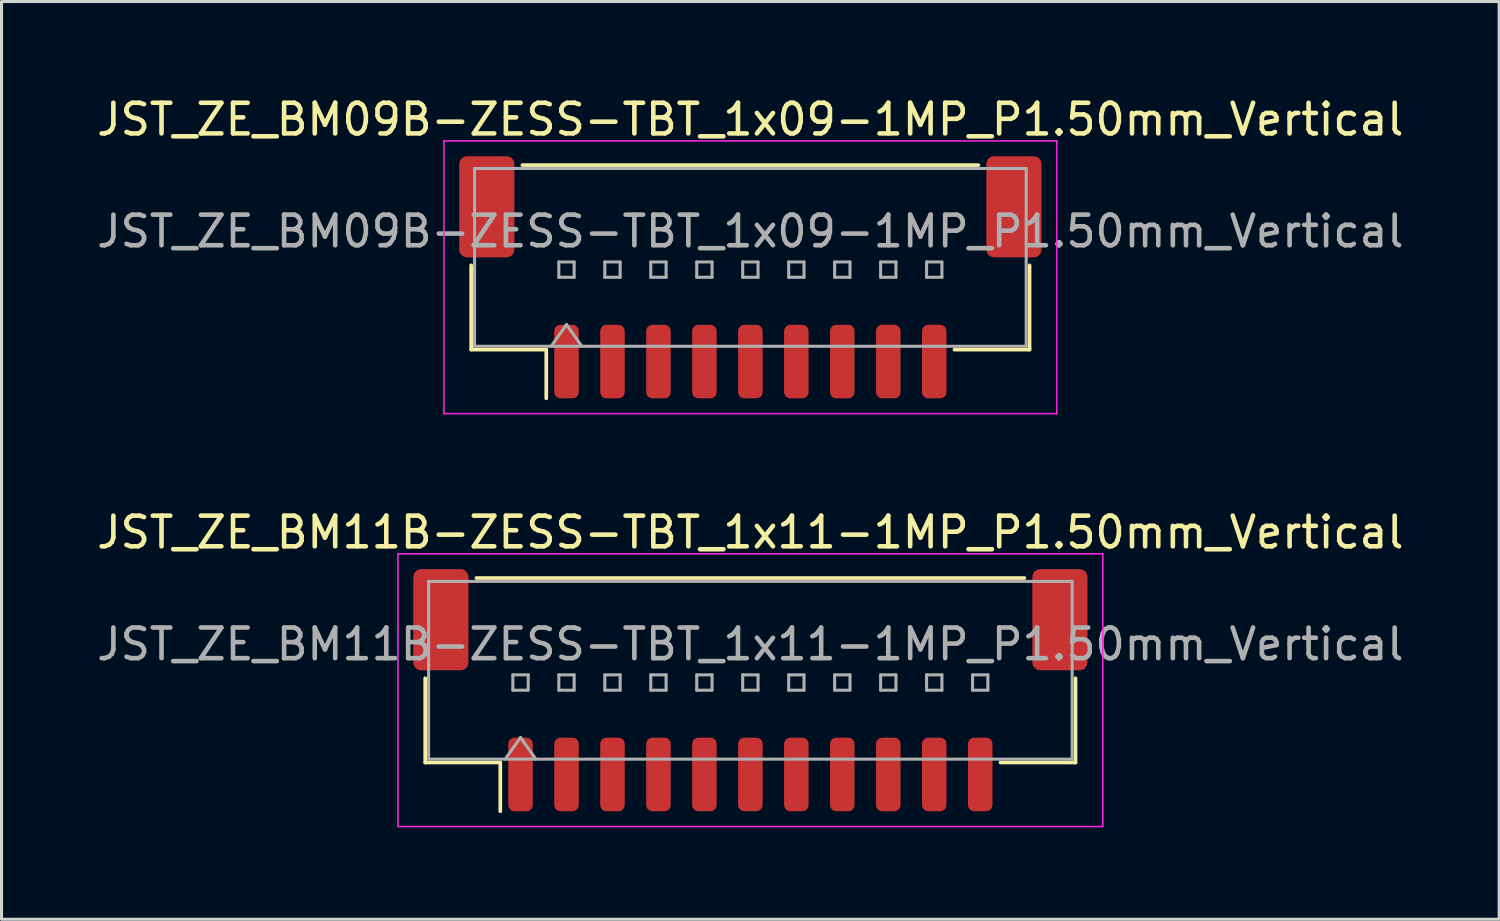
<source format=kicad_pcb>
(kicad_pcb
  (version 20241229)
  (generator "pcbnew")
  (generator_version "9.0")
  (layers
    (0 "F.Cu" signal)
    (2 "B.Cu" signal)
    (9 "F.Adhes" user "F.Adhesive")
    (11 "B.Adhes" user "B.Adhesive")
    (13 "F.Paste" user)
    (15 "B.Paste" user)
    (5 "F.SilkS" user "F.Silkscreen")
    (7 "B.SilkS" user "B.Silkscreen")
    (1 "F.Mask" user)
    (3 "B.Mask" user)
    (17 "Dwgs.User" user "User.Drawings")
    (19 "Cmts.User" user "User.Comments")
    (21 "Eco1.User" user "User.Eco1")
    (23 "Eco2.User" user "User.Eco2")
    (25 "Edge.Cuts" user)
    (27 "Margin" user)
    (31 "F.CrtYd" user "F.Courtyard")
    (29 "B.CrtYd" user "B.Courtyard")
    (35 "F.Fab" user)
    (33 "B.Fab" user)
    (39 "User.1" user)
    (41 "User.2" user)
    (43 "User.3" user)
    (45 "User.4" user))
  (footprint "JST_ZE_BM09B-ZESS-TBT_1x09-1MP_P1.50mm_Vertical"
    (layer "F.Cu")
    (at 21.435 5.998)
    (property "Reference" "JST_ZE_BM09B-ZESS-TBT_1x09-1MP_P1.50mm_Vertical" (at 0 -5.15 0) (layer "F.SilkS") (effects (font (size 1 1) (thickness 0.15))))
    (attr smd)
    (fp_line (start -9.11 -0.39) (end -9.11 2.36) (stroke (width 0.12) (type solid)) (layer "F.SilkS"))
    (fp_line (start -9.11 2.36) (end -6.66 2.36) (stroke (width 0.12) (type solid)) (layer "F.SilkS"))
    (fp_line (start -7.44 -3.66) (end 7.44 -3.66) (stroke (width 0.12) (type solid)) (layer "F.SilkS"))
    (fp_line (start -6.66 2.36) (end -6.66 3.95) (stroke (width 0.12) (type solid)) (layer "F.SilkS"))
    (fp_line (start 9.11 -0.39) (end 9.11 2.36) (stroke (width 0.12) (type solid)) (layer "F.SilkS"))
    (fp_line (start 9.11 2.36) (end 6.66 2.36) (stroke (width 0.12) (type solid)) (layer "F.SilkS"))
    (fp_line (start -10 -4.45) (end -10 4.45) (stroke (width 0.05) (type solid)) (layer "F.CrtYd"))
    (fp_line (start -10 4.45) (end 10 4.45) (stroke (width 0.05) (type solid)) (layer "F.CrtYd"))
    (fp_line (start 10 -4.45) (end -10 -4.45) (stroke (width 0.05) (type solid)) (layer "F.CrtYd"))
    (fp_line (start 10 4.45) (end 10 -4.45) (stroke (width 0.05) (type solid)) (layer "F.CrtYd"))
    (fp_line (start -9 -3.55) (end 9 -3.55) (stroke (width 0.1) (type solid)) (layer "F.Fab"))
    (fp_line (start -9 2.25) (end -9 -3.55) (stroke (width 0.1) (type solid)) (layer "F.Fab"))
    (fp_line (start -9 2.25) (end 9 2.25) (stroke (width 0.1) (type solid)) (layer "F.Fab"))
    (fp_line (start -6.5 2.25) (end -6 1.543) (stroke (width 0.1) (type solid)) (layer "F.Fab"))
    (fp_line (start -6.25 -0.5) (end -6.25 0) (stroke (width 0.1) (type solid)) (layer "F.Fab"))
    (fp_line (start -6.25 0) (end -5.75 0) (stroke (width 0.1) (type solid)) (layer "F.Fab"))
    (fp_line (start -6 1.543) (end -5.5 2.25) (stroke (width 0.1) (type solid)) (layer "F.Fab"))
    (fp_line (start -5.75 -0.5) (end -6.25 -0.5) (stroke (width 0.1) (type solid)) (layer "F.Fab"))
    (fp_line (start -5.75 0) (end -5.75 -0.5) (stroke (width 0.1) (type solid)) (layer "F.Fab"))
    (fp_line (start -4.75 -0.5) (end -4.75 0) (stroke (width 0.1) (type solid)) (layer "F.Fab"))
    (fp_line (start -4.75 0) (end -4.25 0) (stroke (width 0.1) (type solid)) (layer "F.Fab"))
    (fp_line (start -4.25 -0.5) (end -4.75 -0.5) (stroke (width 0.1) (type solid)) (layer "F.Fab"))
    (fp_line (start -4.25 0) (end -4.25 -0.5) (stroke (width 0.1) (type solid)) (layer "F.Fab"))
    (fp_line (start -3.25 -0.5) (end -3.25 0) (stroke (width 0.1) (type solid)) (layer "F.Fab"))
    (fp_line (start -3.25 0) (end -2.75 0) (stroke (width 0.1) (type solid)) (layer "F.Fab"))
    (fp_line (start -2.75 -0.5) (end -3.25 -0.5) (stroke (width 0.1) (type solid)) (layer "F.Fab"))
    (fp_line (start -2.75 0) (end -2.75 -0.5) (stroke (width 0.1) (type solid)) (layer "F.Fab"))
    (fp_line (start -1.75 -0.5) (end -1.75 0) (stroke (width 0.1) (type solid)) (layer "F.Fab"))
    (fp_line (start -1.75 0) (end -1.25 0) (stroke (width 0.1) (type solid)) (layer "F.Fab"))
    (fp_line (start -1.25 -0.5) (end -1.75 -0.5) (stroke (width 0.1) (type solid)) (layer "F.Fab"))
    (fp_line (start -1.25 0) (end -1.25 -0.5) (stroke (width 0.1) (type solid)) (layer "F.Fab"))
    (fp_line (start -0.25 -0.5) (end -0.25 0) (stroke (width 0.1) (type solid)) (layer "F.Fab"))
    (fp_line (start -0.25 0) (end 0.25 0) (stroke (width 0.1) (type solid)) (layer "F.Fab"))
    (fp_line (start 0.25 -0.5) (end -0.25 -0.5) (stroke (width 0.1) (type solid)) (layer "F.Fab"))
    (fp_line (start 0.25 0) (end 0.25 -0.5) (stroke (width 0.1) (type solid)) (layer "F.Fab"))
    (fp_line (start 1.25 -0.5) (end 1.25 0) (stroke (width 0.1) (type solid)) (layer "F.Fab"))
    (fp_line (start 1.25 0) (end 1.75 0) (stroke (width 0.1) (type solid)) (layer "F.Fab"))
    (fp_line (start 1.75 -0.5) (end 1.25 -0.5) (stroke (width 0.1) (type solid)) (layer "F.Fab"))
    (fp_line (start 1.75 0) (end 1.75 -0.5) (stroke (width 0.1) (type solid)) (layer "F.Fab"))
    (fp_line (start 2.75 -0.5) (end 2.75 0) (stroke (width 0.1) (type solid)) (layer "F.Fab"))
    (fp_line (start 2.75 0) (end 3.25 0) (stroke (width 0.1) (type solid)) (layer "F.Fab"))
    (fp_line (start 3.25 -0.5) (end 2.75 -0.5) (stroke (width 0.1) (type solid)) (layer "F.Fab"))
    (fp_line (start 3.25 0) (end 3.25 -0.5) (stroke (width 0.1) (type solid)) (layer "F.Fab"))
    (fp_line (start 4.25 -0.5) (end 4.25 0) (stroke (width 0.1) (type solid)) (layer "F.Fab"))
    (fp_line (start 4.25 0) (end 4.75 0) (stroke (width 0.1) (type solid)) (layer "F.Fab"))
    (fp_line (start 4.75 -0.5) (end 4.25 -0.5) (stroke (width 0.1) (type solid)) (layer "F.Fab"))
    (fp_line (start 4.75 0) (end 4.75 -0.5) (stroke (width 0.1) (type solid)) (layer "F.Fab"))
    (fp_line (start 5.75 -0.5) (end 5.75 0) (stroke (width 0.1) (type solid)) (layer "F.Fab"))
    (fp_line (start 5.75 0) (end 6.25 0) (stroke (width 0.1) (type solid)) (layer "F.Fab"))
    (fp_line (start 6.25 -0.5) (end 5.75 -0.5) (stroke (width 0.1) (type solid)) (layer "F.Fab"))
    (fp_line (start 6.25 0) (end 6.25 -0.5) (stroke (width 0.1) (type solid)) (layer "F.Fab"))
    (fp_line (start 9 2.25) (end 9 -3.55) (stroke (width 0.1) (type solid)) (layer "F.Fab"))
    (fp_text user "${REFERENCE}" (at 0 -1.5 0) (layer "F.Fab") (effects (font (size 1 1) (thickness 0.15))))
    (pad "1" smd roundrect (at -6 2.75) (size 0.8 2.4) (layers "F.Cu" "F.Mask" "F.Paste") (roundrect_rratio 0.25))
    (pad "2" smd roundrect (at -4.5 2.75) (size 0.8 2.4) (layers "F.Cu" "F.Mask" "F.Paste") (roundrect_rratio 0.25))
    (pad "3" smd roundrect (at -3 2.75) (size 0.8 2.4) (layers "F.Cu" "F.Mask" "F.Paste") (roundrect_rratio 0.25))
    (pad "4" smd roundrect (at -1.5 2.75) (size 0.8 2.4) (layers "F.Cu" "F.Mask" "F.Paste") (roundrect_rratio 0.25))
    (pad "5" smd roundrect (at 0 2.75) (size 0.8 2.4) (layers "F.Cu" "F.Mask" "F.Paste") (roundrect_rratio 0.25))
    (pad "6" smd roundrect (at 1.5 2.75) (size 0.8 2.4) (layers "F.Cu" "F.Mask" "F.Paste") (roundrect_rratio 0.25))
    (pad "7" smd roundrect (at 3 2.75) (size 0.8 2.4) (layers "F.Cu" "F.Mask" "F.Paste") (roundrect_rratio 0.25))
    (pad "8" smd roundrect (at 4.5 2.75) (size 0.8 2.4) (layers "F.Cu" "F.Mask" "F.Paste") (roundrect_rratio 0.25))
    (pad "9" smd roundrect (at 6 2.75) (size 0.8 2.4) (layers "F.Cu" "F.Mask" "F.Paste") (roundrect_rratio 0.25))
    (pad "MP" smd roundrect (at -8.6 -2.3) (size 1.8 3.3) (layers "F.Cu" "F.Mask" "F.Paste") (roundrect_rratio 0.139))
    (pad "MP" smd roundrect (at 8.6 -2.3) (size 1.8 3.3) (layers "F.Cu" "F.Mask" "F.Paste") (roundrect_rratio 0.139)))
  (footprint "JST_ZE_BM11B-ZESS-TBT_1x11-1MP_P1.50mm_Vertical"
    (layer "F.Cu")
    (at 21.435 19.471)
    (property "Reference" "JST_ZE_BM11B-ZESS-TBT_1x11-1MP_P1.50mm_Vertical" (at 0 -5.15 0) (layer "F.SilkS") (effects (font (size 1 1) (thickness 0.15))))
    (attr smd)
    (fp_line (start -10.61 -0.39) (end -10.61 2.36) (stroke (width 0.12) (type solid)) (layer "F.SilkS"))
    (fp_line (start -10.61 2.36) (end -8.16 2.36) (stroke (width 0.12) (type solid)) (layer "F.SilkS"))
    (fp_line (start -8.94 -3.66) (end 8.94 -3.66) (stroke (width 0.12) (type solid)) (layer "F.SilkS"))
    (fp_line (start -8.16 2.36) (end -8.16 3.95) (stroke (width 0.12) (type solid)) (layer "F.SilkS"))
    (fp_line (start 10.61 -0.39) (end 10.61 2.36) (stroke (width 0.12) (type solid)) (layer "F.SilkS"))
    (fp_line (start 10.61 2.36) (end 8.16 2.36) (stroke (width 0.12) (type solid)) (layer "F.SilkS"))
    (fp_line (start -11.5 -4.45) (end -11.5 4.45) (stroke (width 0.05) (type solid)) (layer "F.CrtYd"))
    (fp_line (start -11.5 4.45) (end 11.5 4.45) (stroke (width 0.05) (type solid)) (layer "F.CrtYd"))
    (fp_line (start 11.5 -4.45) (end -11.5 -4.45) (stroke (width 0.05) (type solid)) (layer "F.CrtYd"))
    (fp_line (start 11.5 4.45) (end 11.5 -4.45) (stroke (width 0.05) (type solid)) (layer "F.CrtYd"))
    (fp_line (start -10.5 -3.55) (end 10.5 -3.55) (stroke (width 0.1) (type solid)) (layer "F.Fab"))
    (fp_line (start -10.5 2.25) (end -10.5 -3.55) (stroke (width 0.1) (type solid)) (layer "F.Fab"))
    (fp_line (start -10.5 2.25) (end 10.5 2.25) (stroke (width 0.1) (type solid)) (layer "F.Fab"))
    (fp_line (start -8 2.25) (end -7.5 1.543) (stroke (width 0.1) (type solid)) (layer "F.Fab"))
    (fp_line (start -7.75 -0.5) (end -7.75 0) (stroke (width 0.1) (type solid)) (layer "F.Fab"))
    (fp_line (start -7.75 0) (end -7.25 0) (stroke (width 0.1) (type solid)) (layer "F.Fab"))
    (fp_line (start -7.5 1.543) (end -7 2.25) (stroke (width 0.1) (type solid)) (layer "F.Fab"))
    (fp_line (start -7.25 -0.5) (end -7.75 -0.5) (stroke (width 0.1) (type solid)) (layer "F.Fab"))
    (fp_line (start -7.25 0) (end -7.25 -0.5) (stroke (width 0.1) (type solid)) (layer "F.Fab"))
    (fp_line (start -6.25 -0.5) (end -6.25 0) (stroke (width 0.1) (type solid)) (layer "F.Fab"))
    (fp_line (start -6.25 0) (end -5.75 0) (stroke (width 0.1) (type solid)) (layer "F.Fab"))
    (fp_line (start -5.75 -0.5) (end -6.25 -0.5) (stroke (width 0.1) (type solid)) (layer "F.Fab"))
    (fp_line (start -5.75 0) (end -5.75 -0.5) (stroke (width 0.1) (type solid)) (layer "F.Fab"))
    (fp_line (start -4.75 -0.5) (end -4.75 0) (stroke (width 0.1) (type solid)) (layer "F.Fab"))
    (fp_line (start -4.75 0) (end -4.25 0) (stroke (width 0.1) (type solid)) (layer "F.Fab"))
    (fp_line (start -4.25 -0.5) (end -4.75 -0.5) (stroke (width 0.1) (type solid)) (layer "F.Fab"))
    (fp_line (start -4.25 0) (end -4.25 -0.5) (stroke (width 0.1) (type solid)) (layer "F.Fab"))
    (fp_line (start -3.25 -0.5) (end -3.25 0) (stroke (width 0.1) (type solid)) (layer "F.Fab"))
    (fp_line (start -3.25 0) (end -2.75 0) (stroke (width 0.1) (type solid)) (layer "F.Fab"))
    (fp_line (start -2.75 -0.5) (end -3.25 -0.5) (stroke (width 0.1) (type solid)) (layer "F.Fab"))
    (fp_line (start -2.75 0) (end -2.75 -0.5) (stroke (width 0.1) (type solid)) (layer "F.Fab"))
    (fp_line (start -1.75 -0.5) (end -1.75 0) (stroke (width 0.1) (type solid)) (layer "F.Fab"))
    (fp_line (start -1.75 0) (end -1.25 0) (stroke (width 0.1) (type solid)) (layer "F.Fab"))
    (fp_line (start -1.25 -0.5) (end -1.75 -0.5) (stroke (width 0.1) (type solid)) (layer "F.Fab"))
    (fp_line (start -1.25 0) (end -1.25 -0.5) (stroke (width 0.1) (type solid)) (layer "F.Fab"))
    (fp_line (start -0.25 -0.5) (end -0.25 0) (stroke (width 0.1) (type solid)) (layer "F.Fab"))
    (fp_line (start -0.25 0) (end 0.25 0) (stroke (width 0.1) (type solid)) (layer "F.Fab"))
    (fp_line (start 0.25 -0.5) (end -0.25 -0.5) (stroke (width 0.1) (type solid)) (layer "F.Fab"))
    (fp_line (start 0.25 0) (end 0.25 -0.5) (stroke (width 0.1) (type solid)) (layer "F.Fab"))
    (fp_line (start 1.25 -0.5) (end 1.25 0) (stroke (width 0.1) (type solid)) (layer "F.Fab"))
    (fp_line (start 1.25 0) (end 1.75 0) (stroke (width 0.1) (type solid)) (layer "F.Fab"))
    (fp_line (start 1.75 -0.5) (end 1.25 -0.5) (stroke (width 0.1) (type solid)) (layer "F.Fab"))
    (fp_line (start 1.75 0) (end 1.75 -0.5) (stroke (width 0.1) (type solid)) (layer "F.Fab"))
    (fp_line (start 2.75 -0.5) (end 2.75 0) (stroke (width 0.1) (type solid)) (layer "F.Fab"))
    (fp_line (start 2.75 0) (end 3.25 0) (stroke (width 0.1) (type solid)) (layer "F.Fab"))
    (fp_line (start 3.25 -0.5) (end 2.75 -0.5) (stroke (width 0.1) (type solid)) (layer "F.Fab"))
    (fp_line (start 3.25 0) (end 3.25 -0.5) (stroke (width 0.1) (type solid)) (layer "F.Fab"))
    (fp_line (start 4.25 -0.5) (end 4.25 0) (stroke (width 0.1) (type solid)) (layer "F.Fab"))
    (fp_line (start 4.25 0) (end 4.75 0) (stroke (width 0.1) (type solid)) (layer "F.Fab"))
    (fp_line (start 4.75 -0.5) (end 4.25 -0.5) (stroke (width 0.1) (type solid)) (layer "F.Fab"))
    (fp_line (start 4.75 0) (end 4.75 -0.5) (stroke (width 0.1) (type solid)) (layer "F.Fab"))
    (fp_line (start 5.75 -0.5) (end 5.75 0) (stroke (width 0.1) (type solid)) (layer "F.Fab"))
    (fp_line (start 5.75 0) (end 6.25 0) (stroke (width 0.1) (type solid)) (layer "F.Fab"))
    (fp_line (start 6.25 -0.5) (end 5.75 -0.5) (stroke (width 0.1) (type solid)) (layer "F.Fab"))
    (fp_line (start 6.25 0) (end 6.25 -0.5) (stroke (width 0.1) (type solid)) (layer "F.Fab"))
    (fp_line (start 7.25 -0.5) (end 7.25 0) (stroke (width 0.1) (type solid)) (layer "F.Fab"))
    (fp_line (start 7.25 0) (end 7.75 0) (stroke (width 0.1) (type solid)) (layer "F.Fab"))
    (fp_line (start 7.75 -0.5) (end 7.25 -0.5) (stroke (width 0.1) (type solid)) (layer "F.Fab"))
    (fp_line (start 7.75 0) (end 7.75 -0.5) (stroke (width 0.1) (type solid)) (layer "F.Fab"))
    (fp_line (start 10.5 2.25) (end 10.5 -3.55) (stroke (width 0.1) (type solid)) (layer "F.Fab"))
    (fp_text user "${REFERENCE}" (at 0 -1.5 0) (layer "F.Fab") (effects (font (size 1 1) (thickness 0.15))))
    (pad "1" smd roundrect (at -7.5 2.75) (size 0.8 2.4) (layers "F.Cu" "F.Mask" "F.Paste") (roundrect_rratio 0.25))
    (pad "2" smd roundrect (at -6 2.75) (size 0.8 2.4) (layers "F.Cu" "F.Mask" "F.Paste") (roundrect_rratio 0.25))
    (pad "3" smd roundrect (at -4.5 2.75) (size 0.8 2.4) (layers "F.Cu" "F.Mask" "F.Paste") (roundrect_rratio 0.25))
    (pad "4" smd roundrect (at -3 2.75) (size 0.8 2.4) (layers "F.Cu" "F.Mask" "F.Paste") (roundrect_rratio 0.25))
    (pad "5" smd roundrect (at -1.5 2.75) (size 0.8 2.4) (layers "F.Cu" "F.Mask" "F.Paste") (roundrect_rratio 0.25))
    (pad "6" smd roundrect (at 0 2.75) (size 0.8 2.4) (layers "F.Cu" "F.Mask" "F.Paste") (roundrect_rratio 0.25))
    (pad "7" smd roundrect (at 1.5 2.75) (size 0.8 2.4) (layers "F.Cu" "F.Mask" "F.Paste") (roundrect_rratio 0.25))
    (pad "8" smd roundrect (at 3 2.75) (size 0.8 2.4) (layers "F.Cu" "F.Mask" "F.Paste") (roundrect_rratio 0.25))
    (pad "9" smd roundrect (at 4.5 2.75) (size 0.8 2.4) (layers "F.Cu" "F.Mask" "F.Paste") (roundrect_rratio 0.25))
    (pad "10" smd roundrect (at 6 2.75) (size 0.8 2.4) (layers "F.Cu" "F.Mask" "F.Paste") (roundrect_rratio 0.25))
    (pad "11" smd roundrect (at 7.5 2.75) (size 0.8 2.4) (layers "F.Cu" "F.Mask" "F.Paste") (roundrect_rratio 0.25))
    (pad "MP" smd roundrect (at -10.1 -2.3) (size 1.8 3.3) (layers "F.Cu" "F.Mask" "F.Paste") (roundrect_rratio 0.139))
    (pad "MP" smd roundrect (at 10.1 -2.3) (size 1.8 3.3) (layers "F.Cu" "F.Mask" "F.Paste") (roundrect_rratio 0.139)))
  (gr_rect
    (start -3 -3)
    (end 45.869 26.947)
    (stroke (width 0.1) (type default))
    (fill no)
    (layer "Edge.Cuts")))
</source>
